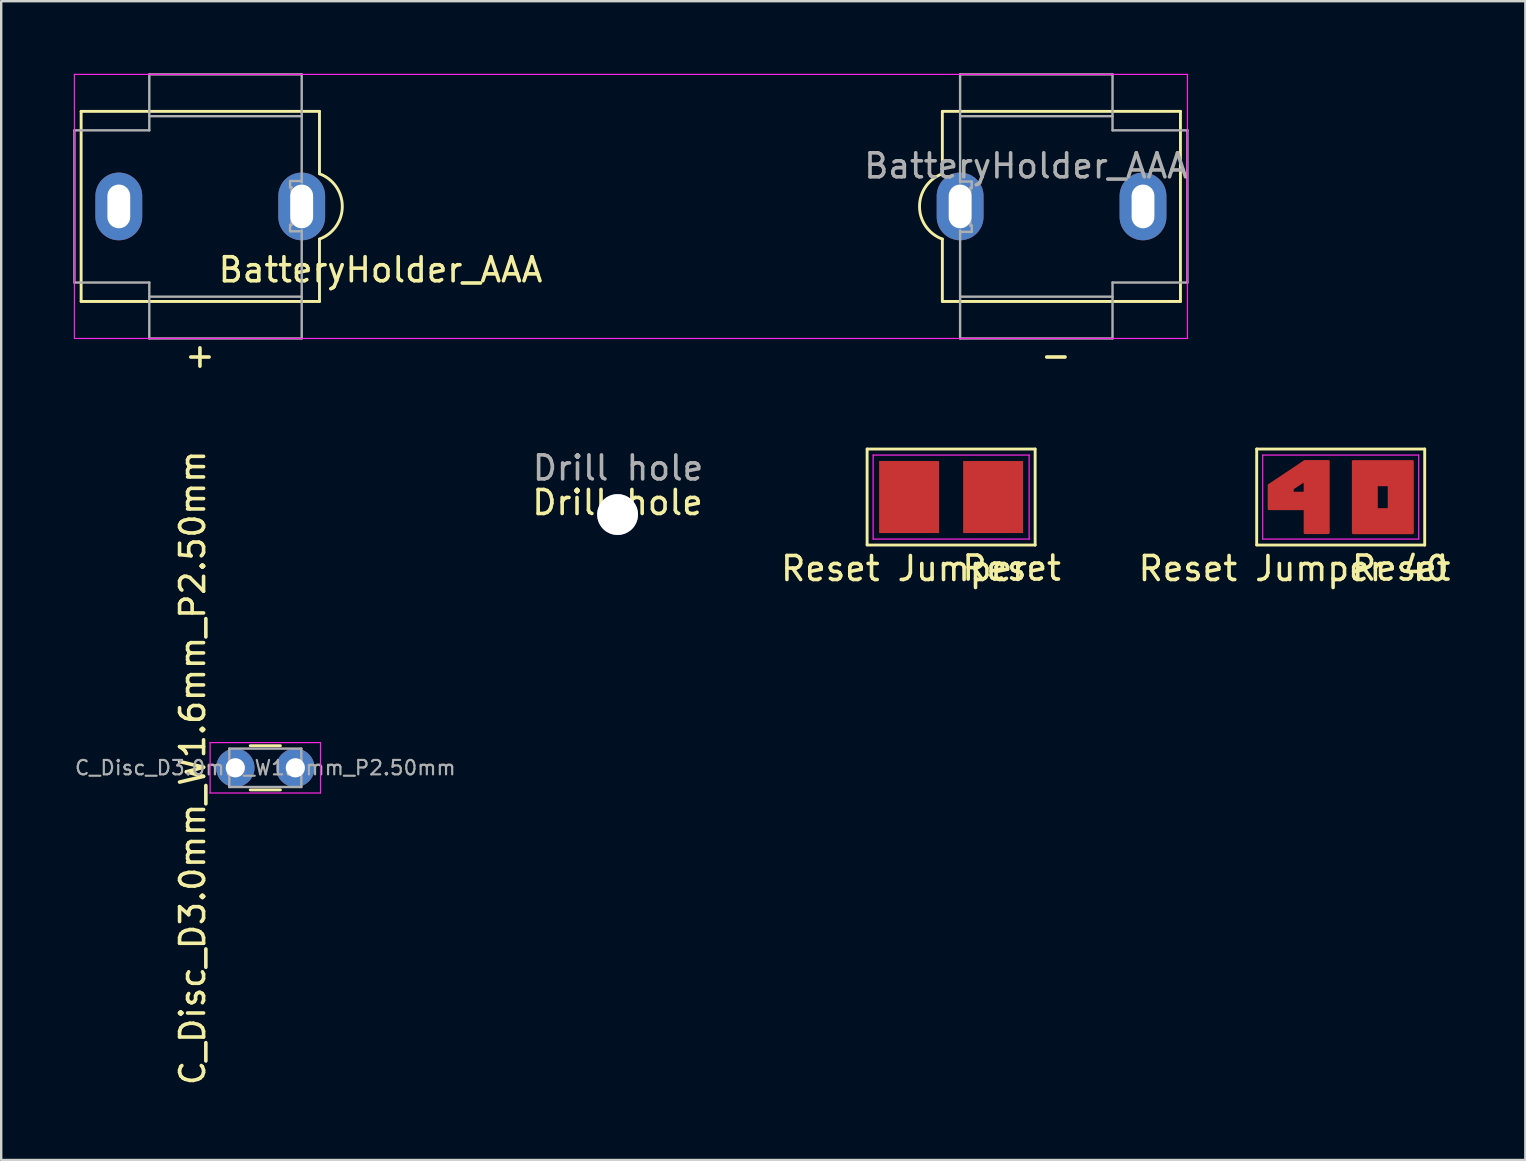
<source format=kicad_pcb>
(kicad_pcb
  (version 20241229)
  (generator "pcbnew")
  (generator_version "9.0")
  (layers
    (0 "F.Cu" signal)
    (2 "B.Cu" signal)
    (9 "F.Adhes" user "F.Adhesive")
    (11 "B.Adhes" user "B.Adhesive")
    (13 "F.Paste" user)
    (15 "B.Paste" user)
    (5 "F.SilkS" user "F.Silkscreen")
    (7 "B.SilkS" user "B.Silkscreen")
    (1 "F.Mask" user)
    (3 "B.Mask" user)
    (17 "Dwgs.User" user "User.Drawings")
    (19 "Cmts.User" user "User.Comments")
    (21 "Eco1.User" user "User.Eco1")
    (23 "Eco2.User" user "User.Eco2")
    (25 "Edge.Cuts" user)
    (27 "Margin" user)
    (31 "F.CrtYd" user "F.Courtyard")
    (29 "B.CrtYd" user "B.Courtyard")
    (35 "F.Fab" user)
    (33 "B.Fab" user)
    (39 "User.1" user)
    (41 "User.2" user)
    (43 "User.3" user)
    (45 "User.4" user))
  (footprint "C_Disc_D3.0mm_W1.6mm_P2.50mm"
    (layer "F.Cu")
    (at 6.754 28.938)
    (property "Reference" "C_Disc_D3.0mm_W1.6mm_P2.50mm" (at -1.778 0 270) (layer "F.SilkS") (effects (font (size 1 1) (thickness 0.15))))
    (attr through_hole)
    (fp_line (start 0.621 -0.92) (end 1.879 -0.92) (stroke (width 0.12) (type solid)) (layer "F.SilkS"))
    (fp_line (start 0.621 0.92) (end 1.879 0.92) (stroke (width 0.12) (type solid)) (layer "F.SilkS"))
    (fp_line (start -1.05 -1.05) (end -1.05 1.05) (stroke (width 0.05) (type solid)) (layer "F.CrtYd"))
    (fp_line (start -1.05 1.05) (end 3.55 1.05) (stroke (width 0.05) (type solid)) (layer "F.CrtYd"))
    (fp_line (start 3.55 -1.05) (end -1.05 -1.05) (stroke (width 0.05) (type solid)) (layer "F.CrtYd"))
    (fp_line (start 3.55 1.05) (end 3.55 -1.05) (stroke (width 0.05) (type solid)) (layer "F.CrtYd"))
    (fp_line (start -0.25 -0.8) (end -0.25 0.8) (stroke (width 0.1) (type solid)) (layer "F.Fab"))
    (fp_line (start -0.25 0.8) (end 2.75 0.8) (stroke (width 0.1) (type solid)) (layer "F.Fab"))
    (fp_line (start 2.75 -0.8) (end -0.25 -0.8) (stroke (width 0.1) (type solid)) (layer "F.Fab"))
    (fp_line (start 2.75 0.8) (end 2.75 -0.8) (stroke (width 0.1) (type solid)) (layer "F.Fab"))
    (fp_text user "${REFERENCE}" (at 1.25 0 0) (layer "F.Fab") (effects (font (size 0.6 0.6) (thickness 0.09))))
    (pad "1" thru_hole circle (at 0 0) (size 1.6 1.6) (drill 0.8) (layers "*.Cu" "*.Mask"))
    (pad "2" thru_hole circle (at 2.5 0) (size 1.6 1.6) (drill 0.8) (layers "*.Cu" "*.Mask")))
  (footprint "BatteryHolder_AAA"
    (layer "F.Cu")
    (at 9.52 5.55)
    (property "Reference" "BatteryHolder_AAA" (at 3.283 2.64 180) (layer "F.SilkS") (effects (font (size 1 1) (thickness 0.15))))
    (attr through_hole)
    (fp_line (start -9.19 -3.96) (end -9.19 3.96) (stroke (width 0.12) (type solid)) (layer "F.SilkS"))
    (fp_line (start -9.19 3.96) (end 0.74 3.96) (stroke (width 0.12) (type solid)) (layer "F.SilkS"))
    (fp_line (start 0.74 -3.96) (end -9.19 -3.96) (stroke (width 0.12) (type solid)) (layer "F.SilkS"))
    (fp_line (start 0.74 -1.36) (end 0.74 -3.96) (stroke (width 0.12) (type solid)) (layer "F.SilkS"))
    (fp_line (start 0.74 3.96) (end 0.74 1.36) (stroke (width 0.12) (type solid)) (layer "F.SilkS"))
    (fp_line (start 26.69 -3.96) (end 26.69 -1.36) (stroke (width 0.12) (type solid)) (layer "F.SilkS"))
    (fp_line (start 26.69 1.36) (end 26.69 3.96) (stroke (width 0.12) (type solid)) (layer "F.SilkS"))
    (fp_line (start 26.697 3.96) (end 36.61 3.96) (stroke (width 0.12) (type solid)) (layer "F.SilkS"))
    (fp_line (start 36.61 -3.96) (end 26.697 -3.96) (stroke (width 0.12) (type solid)) (layer "F.SilkS"))
    (fp_line (start 36.61 3.96) (end 36.61 -3.96) (stroke (width 0.12) (type solid)) (layer "F.SilkS"))
    (fp_arc (start 0.74 -1.36) (mid 1.69094 0) (end 0.74 1.36) (stroke (width 0.12) (type solid)) (layer "F.SilkS"))
    (fp_arc (start 26.69 1.36) (mid 25.73906 0) (end 26.69 -1.36) (stroke (width 0.12) (type solid)) (layer "F.SilkS"))
    (fp_line (start -9.47 -5.5) (end 36.9 -5.5) (stroke (width 0.05) (type solid)) (layer "F.CrtYd"))
    (fp_line (start -9.47 5.5) (end -9.47 -5.5) (stroke (width 0.05) (type solid)) (layer "F.CrtYd"))
    (fp_line (start 36.9 -5.5) (end 36.9 5.5) (stroke (width 0.05) (type solid)) (layer "F.CrtYd"))
    (fp_line (start 36.9 5.5) (end -9.47 5.5) (stroke (width 0.05) (type solid)) (layer "F.CrtYd"))
    (fp_line (start -9.47 3.17) (end -9.47 -3.17) (stroke (width 0.1) (type solid)) (layer "F.Fab"))
    (fp_line (start -9.47 3.17) (end -6.35 3.17) (stroke (width 0.1) (type solid)) (layer "F.Fab"))
    (fp_line (start -6.35 -5.5) (end -6.35 -3.17) (stroke (width 0.1) (type solid)) (layer "F.Fab"))
    (fp_line (start -6.35 -3.17) (end -9.47 -3.17) (stroke (width 0.1) (type solid)) (layer "F.Fab"))
    (fp_line (start -6.35 5.5) (end -6.35 3.17) (stroke (width 0.1) (type solid)) (layer "F.Fab"))
    (fp_line (start -0.484 -1.059) (end 0 -1.059) (stroke (width 0.1) (type solid)) (layer "F.Fab"))
    (fp_line (start -0.484 -0.798) (end -0.484 -1.059) (stroke (width 0.1) (type solid)) (layer "F.Fab"))
    (fp_line (start -0.484 -0.798) (end -0.426 -0.798) (stroke (width 0.1) (type solid)) (layer "F.Fab"))
    (fp_line (start -0.484 0.774) (end -0.484 1.036) (stroke (width 0.1) (type solid)) (layer "F.Fab"))
    (fp_line (start -0.484 1.036) (end 0 1.036) (stroke (width 0.1) (type solid)) (layer "F.Fab"))
    (fp_line (start -0.426 0.774) (end -0.484 0.774) (stroke (width 0.1) (type solid)) (layer "F.Fab"))
    (fp_line (start -0.426 0.774) (end -0.426 -0.798) (stroke (width 0.1) (type solid)) (layer "F.Fab"))
    (fp_line (start 0 -5.5) (end -6.35 -5.5) (stroke (width 0.1) (type solid)) (layer "F.Fab"))
    (fp_line (start 0 -3.76) (end -6.35 -3.76) (stroke (width 0.1) (type solid)) (layer "F.Fab"))
    (fp_line (start 0 -1) (end 0 -5.5) (stroke (width 0.1) (type solid)) (layer "F.Fab"))
    (fp_line (start 0 1) (end 0 5.5) (stroke (width 0.1) (type solid)) (layer "F.Fab"))
    (fp_line (start 0 3.76) (end -6.35 3.76) (stroke (width 0.1) (type solid)) (layer "F.Fab"))
    (fp_line (start 0 5.5) (end -6.35 5.5) (stroke (width 0.1) (type solid)) (layer "F.Fab"))
    (fp_line (start 27.43 -5.5) (end 33.78 -5.5) (stroke (width 0.1) (type solid)) (layer "F.Fab"))
    (fp_line (start 27.43 -3.76) (end 33.78 -3.76) (stroke (width 0.1) (type solid)) (layer "F.Fab"))
    (fp_line (start 27.43 -1) (end 27.43 -5.5) (stroke (width 0.1) (type solid)) (layer "F.Fab"))
    (fp_line (start 27.43 1) (end 27.43 5.5) (stroke (width 0.1) (type solid)) (layer "F.Fab"))
    (fp_line (start 27.43 3.76) (end 33.78 3.76) (stroke (width 0.1) (type solid)) (layer "F.Fab"))
    (fp_line (start 27.43 5.5) (end 33.78 5.5) (stroke (width 0.1) (type solid)) (layer "F.Fab"))
    (fp_line (start 27.856 -0.774) (end 27.856 0.798) (stroke (width 0.1) (type solid)) (layer "F.Fab"))
    (fp_line (start 27.856 -0.774) (end 27.914 -0.774) (stroke (width 0.1) (type solid)) (layer "F.Fab"))
    (fp_line (start 27.914 -1.036) (end 27.43 -1.036) (stroke (width 0.1) (type solid)) (layer "F.Fab"))
    (fp_line (start 27.914 -0.774) (end 27.914 -1.036) (stroke (width 0.1) (type solid)) (layer "F.Fab"))
    (fp_line (start 27.914 0.798) (end 27.856 0.798) (stroke (width 0.1) (type solid)) (layer "F.Fab"))
    (fp_line (start 27.914 0.798) (end 27.914 1.059) (stroke (width 0.1) (type solid)) (layer "F.Fab"))
    (fp_line (start 27.914 1.059) (end 27.43 1.059) (stroke (width 0.1) (type solid)) (layer "F.Fab"))
    (fp_line (start 33.78 -5.5) (end 33.78 -3.17) (stroke (width 0.1) (type solid)) (layer "F.Fab"))
    (fp_line (start 33.78 3.17) (end 36.9 3.17) (stroke (width 0.1) (type solid)) (layer "F.Fab"))
    (fp_line (start 33.78 5.5) (end 33.78 3.17) (stroke (width 0.1) (type solid)) (layer "F.Fab"))
    (fp_line (start 36.9 -3.17) (end 33.78 -3.17) (stroke (width 0.1) (type solid)) (layer "F.Fab"))
    (fp_line (start 36.9 -3.17) (end 36.9 3.17) (stroke (width 0.1) (type solid)) (layer "F.Fab"))
    (fp_text user "+" (at -4.24 6.2 0) (unlocked yes) (layer "F.SilkS") (effects (font (size 1 1) (thickness 0.15))))
    (fp_text user "-" (at 31.42 6.2 0) (unlocked yes) (layer "F.SilkS") (effects (font (size 1 1) (thickness 0.15))))
    (fp_text user "${REFERENCE}" (at 30.177 -1.69 0) (layer "F.Fab") (effects (font (size 1 1) (thickness 0.15))))
    (pad "1" thru_hole oval (at -7.62 0 180) (size 1.95 2.82) (drill oval 0.95 1.82) (layers "*.Cu" "*.Mask"))
    (pad "1" thru_hole oval (at 0 0 180) (size 1.95 2.82) (drill oval 0.95 1.82) (layers "*.Cu" "*.Mask"))
    (pad "2" thru_hole oval (at 27.43 0) (size 1.95 2.82) (drill oval 0.95 1.82) (layers "*.Cu" "*.Mask"))
    (pad "2" thru_hole oval (at 35.05 0) (size 1.95 2.82) (drill oval 0.95 1.82) (layers "*.Cu" "*.Mask")))
  (footprint "Reset Jumper"
    (layer "F.Cu")
    (at 36.576 17.658)
    (property "Reference" "Reset Jumper" (at -1.96 2.98 0) (layer "F.SilkS") (effects (font (size 1 1) (thickness 0.15))))
    (attr through_hole)
    (fp_line (start -3.5 -2) (end 3.5 -2) (stroke (width 0.12) (type solid)) (layer "F.SilkS"))
    (fp_line (start -3.5 1.99) (end -3.5 -2) (stroke (width 0.12) (type solid)) (layer "F.SilkS"))
    (fp_line (start 3.5 -2) (end 3.5 2) (stroke (width 0.12) (type solid)) (layer "F.SilkS"))
    (fp_line (start 3.5 2) (end -3.5 2) (stroke (width 0.12) (type solid)) (layer "F.SilkS"))
    (fp_line (start -3.25 -1.75) (end 3.25 -1.75) (stroke (width 0.05) (type solid)) (layer "F.CrtYd"))
    (fp_line (start -3.25 1.75) (end -3.25 -1.75) (stroke (width 0.05) (type solid)) (layer "F.CrtYd"))
    (fp_line (start 3.25 -1.75) (end 3.25 1.75) (stroke (width 0.05) (type solid)) (layer "F.CrtYd"))
    (fp_line (start 3.25 1.75) (end -3.25 1.75) (stroke (width 0.05) (type solid)) (layer "F.CrtYd"))
    (fp_text user "Reset" (at 2.52 2.96 0) (unlocked yes) (layer "F.SilkS") (effects (font (size 1 1) (thickness 0.15))))
    (pad "1" smd rect (at -1.75 0) (size 2.5 3) (layers "F.Cu" "F.Mask" "F.Paste"))
    (pad "2" smd rect (at 1.75 0) (size 2.5 3) (layers "F.Cu" "F.Mask" "F.Paste")))
  (footprint "Drill hole"
    (layer "F.Cu")
    (at 22.68 18.387)
    (property "Reference" "Drill hole" (at 0 -0.5 0) (unlocked yes) (layer "F.SilkS") (effects (font (size 1 1) (thickness 0.15))))
    (attr through_hole)
    (fp_text user "${REFERENCE}" (at 0.02 -1.94 0) (unlocked yes) (layer "F.Fab") (effects (font (size 1 1) (thickness 0.15))))
    (pad "" thru_hole circle (at 0 0) (size 1.7 1.7) (drill 1.7) (layers "*.Cu" "*.Mask")))
  (footprint "Reset Jumper 40"
    (layer "F.Cu")
    (at 52.806 17.658)
    (property "Reference" "Reset Jumper 40" (at -1.96 2.98 0) (layer "F.SilkS") (effects (font (size 1 1) (thickness 0.15))))
    (attr through_hole)
    (fp_line (start -3.5 -2) (end 3.5 -2) (stroke (width 0.12) (type solid)) (layer "F.SilkS"))
    (fp_line (start -3.5 1.99) (end -3.5 -2) (stroke (width 0.12) (type solid)) (layer "F.SilkS"))
    (fp_line (start 3.5 -2) (end 3.5 2) (stroke (width 0.12) (type solid)) (layer "F.SilkS"))
    (fp_line (start 3.5 2) (end -3.5 2) (stroke (width 0.12) (type solid)) (layer "F.SilkS"))
    (fp_line (start -3.25 -1.75) (end 3.25 -1.75) (stroke (width 0.05) (type solid)) (layer "F.CrtYd"))
    (fp_line (start -3.25 1.75) (end -3.25 -1.75) (stroke (width 0.05) (type solid)) (layer "F.CrtYd"))
    (fp_line (start 3.25 -1.75) (end 3.25 1.75) (stroke (width 0.05) (type solid)) (layer "F.CrtYd"))
    (fp_line (start 3.25 1.75) (end -3.25 1.75) (stroke (width 0.05) (type solid)) (layer "F.CrtYd"))
    (fp_text user "Reset" (at 2.52 2.96 0) (unlocked yes) (layer "F.SilkS") (effects (font (size 1 1) (thickness 0.15))))
    (pad "1" smd custom (at -1 0) (size 0.1 0.1) (layers "F.Cu" "F.Mask" "F.Paste") (options (anchor rect)) (primitives (gr_poly (pts (xy 0.492 1.492) (xy -0.492 1.492) (xy -0.492 0.495) (xy -1.992 0.495) (xy -1.992 -0.171) (xy -1.008 -0.171) (xy -0.492 -0.171) (xy -0.492 -0.432) (xy -0.492 -0.566) (xy -0.493 -0.645) (xy -0.494 -0.668) (xy -0.496 -0.682) (xy -0.497 -0.686) (xy -0.498 -0.688) (xy -0.499 -0.689) (xy -0.5 -0.689) (xy -0.579 -0.637) (xy -0.758 -0.519) (xy -1.008 -0.354) (xy -1.008 -0.171) (xy -1.992 -0.171) (xy -1.992 -0.493) (xy -1.244 -0.992) (xy -0.495 -1.492) (xy 0.492 -1.492)) (width 0.1) (fill yes)) (gr_line (start -0.998 -0.181) (end -0.498 -0.181) (width 0.01)) (gr_line (start -0.998 -0.181) (end -0.998 -0.181) (width 0.01)) (gr_line (start -0.998 -0.351) (end -0.998 -0.181) (width 0.01)) (gr_line (start -0.998 -0.351) (end -0.998 -0.351) (width 0.01)) (gr_line (start -0.498 -0.681) (end -0.998 -0.351) (width 0.01)) (gr_line (start -0.498 -0.681) (end -0.498 -0.681) (width 0.01)) (gr_line (start -0.498 -0.181) (end -0.498 -0.681) (width 0.01)) (gr_line (start -0.498 -1.5) (end -1.998 -0.5) (width 0.01)) (gr_line (start -0.498 -1.5) (end -0.498 -1.5) (width 0.01)) (gr_line (start 0.502 -1.5) (end -0.498 -1.5) (width 0.01)) (gr_line (start 0.502 -1.5) (end 0.502 -1.5) (width 0.01)) (gr_line (start 0.502 1.5) (end 0.502 -1.5) (width 0.01)) (gr_line (start 0.502 1.5) (end 0.502 1.5) (width 0.01)) (gr_line (start -0.498 1.5) (end 0.502 1.5) (width 0.01)) (gr_line (start -0.498 1.5) (end -0.498 1.5) (width 0.01)) (gr_line (start -0.498 0.5) (end -0.498 1.5) (width 0.01)) (gr_line (start -0.498 0.5) (end -0.498 0.5) (width 0.01)) (gr_line (start -1.998 0.5) (end -0.498 0.5) (width 0.01)) (gr_line (start -1.998 0.5) (end -1.998 0.5) (width 0.01)) (gr_line (start -1.998 -0.5) (end -1.998 0.5) (width 0.01))))
    (pad "2" smd custom (at 1 0) (size 0.1 0.1) (layers "F.Cu" "F.Mask" "F.Paste") (options (anchor rect)) (primitives (gr_poly (pts (xy 1.995 1.497) (xy -0.484 1.497) (xy -0.484 0.512) (xy 0.494 0.512) (xy 1.01 0.512) (xy 1.01 -0.502) (xy 0.494 -0.502) (xy 0.494 0.512) (xy -0.484 0.512) (xy -0.484 -1.487) (xy 1.995 -1.487)) (width 0.1) (fill yes)) (gr_line (start 0.505 0.505) (end 0.505 -0.495) (width 0.01)) (gr_line (start 0.505 0.505) (end 0.505 0.505) (width 0.01)) (gr_line (start 1.005 0.505) (end 0.505 0.505) (width 0.01)) (gr_line (start 1.005 0.505) (end 1.005 0.505) (width 0.01)) (gr_line (start 1.005 -0.495) (end 1.005 0.505) (width 0.01)) (gr_line (start 1.005 -0.495) (end 1.005 -0.495) (width 0.01)) (gr_line (start 0.505 -0.495) (end 1.005 -0.495) (width 0.01)) (gr_line (start 2.005 -1.495) (end -0.495 -1.495) (width 0.01)) (gr_line (start 2.005 -1.495) (end 2.005 -1.495) (width 0.01)) (gr_line (start 2.005 1.505) (end 2.005 -1.495) (width 0.01)) (gr_line (start 2.005 1.505) (end 2.005 1.505) (width 0.01)) (gr_line (start -0.495 1.505) (end 2.005 1.505) (width 0.01)) (gr_line (start -0.495 1.505) (end -0.495 1.505) (width 0.01)) (gr_line (start -0.495 -1.495) (end -0.495 1.505) (width 0.01)))))
  (gr_rect
    (start -3 -3)
    (end 60.499 45.277)
    (stroke (width 0.1) (type default))
    (fill no)
    (layer "Edge.Cuts")))
</source>
